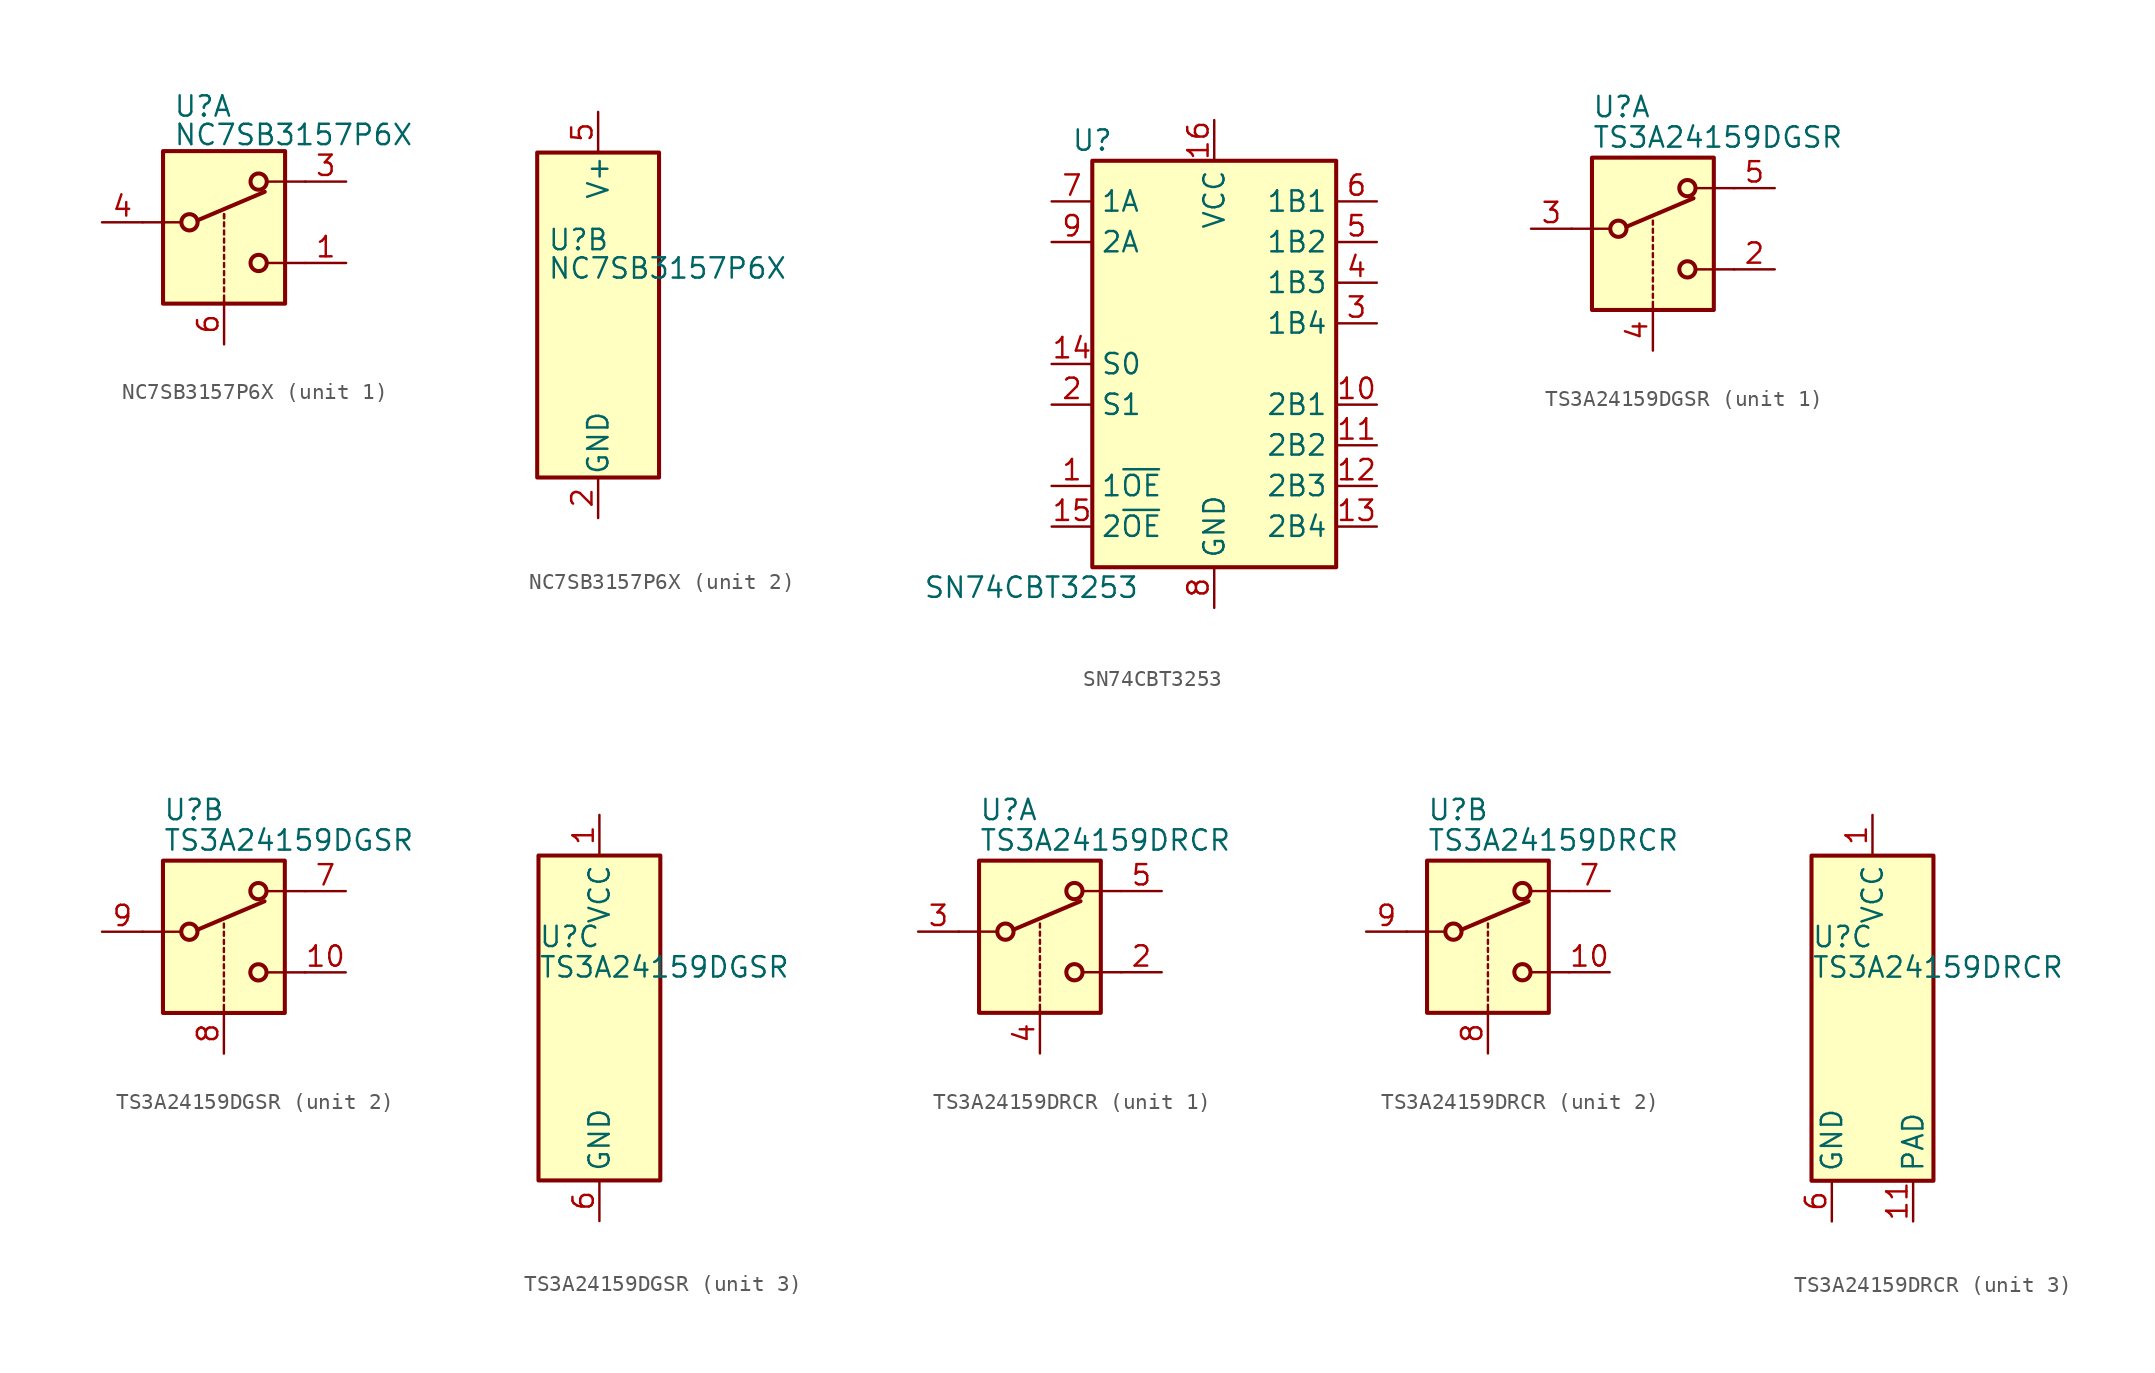
<source format=kicad_sym>
(kicad_symbol_lib
  (version 20220914)
  (generator kicad_symbol_editor)
  (symbol "NC7SB3157P6X"
    (pin_names
      (offset 0.127))
    (property "Reference" "U"
      (at -3.175 4.699 0)
      (effects (font (size 1.27 1.27)) (justify left)))
    (property "Value" "NC7SB3157P6X"
      (at -3.175 2.921 0)
      (effects (font (size 1.27 1.27)) (justify left)))
    (symbol "NC7SB3157P6X_1_1"
      (rectangle (start -3.81 1.905) (end 3.81 -7.62) (stroke (width 0.254) (type default)) (fill (type background)))
      (circle (center -2.159 -2.54) (radius 0.508) (stroke (width 0.254) (type default)) (fill (type none)))
      (polyline (pts (xy -5.08 -2.54) (xy -2.794 -2.54)) (stroke (width 0) (type default)) (fill (type none)))
      (polyline (pts (xy -1.651 -2.413) (xy 2.54 -0.635)) (stroke (width 0.254) (type default)) (fill (type none)))
      (polyline (pts (xy 0 -7.62) (xy 0 -7.112)) (stroke (width 0) (type default)) (fill (type none)))
      (polyline (pts (xy 0 -6.858) (xy 0 -6.604)) (stroke (width 0) (type default)) (fill (type none)))
      (polyline (pts (xy 0 -6.35) (xy 0 -6.096)) (stroke (width 0) (type default)) (fill (type none)))
      (polyline (pts (xy 0 -5.842) (xy 0 -5.588)) (stroke (width 0) (type default)) (fill (type none)))
      (polyline (pts (xy 0 -5.334) (xy 0 -5.08)) (stroke (width 0) (type default)) (fill (type none)))
      (polyline (pts (xy 0 -4.826) (xy 0 -4.572)) (stroke (width 0) (type default)) (fill (type none)))
      (polyline (pts (xy 0 -4.318) (xy 0 -4.064)) (stroke (width 0) (type default)) (fill (type none)))
      (polyline (pts (xy 0 -3.81) (xy 0 -3.556)) (stroke (width 0) (type default)) (fill (type none)))
      (polyline (pts (xy 0 -3.302) (xy 0 -3.048)) (stroke (width 0) (type default)) (fill (type none)))
      (polyline (pts (xy 0 -2.794) (xy 0 -2.54)) (stroke (width 0) (type default)) (fill (type none)))
      (polyline (pts (xy 0 -2.286) (xy 0 -2.032)) (stroke (width 0) (type default)) (fill (type none)))
      (polyline (pts (xy 0 -2.286) (xy 0 -2.032)) (stroke (width 0) (type default)) (fill (type none)))
      (polyline (pts (xy 5.08 -5.08) (xy 2.794 -5.08)) (stroke (width 0) (type default)) (fill (type none)))
      (polyline (pts (xy 5.08 0) (xy 2.794 0)) (stroke (width 0) (type default)) (fill (type none)))
      (circle (center 2.159 -5.08) (radius 0.508) (stroke (width 0.254) (type default)) (fill (type none)))
      (circle (center 2.159 0) (radius 0.508) (stroke (width 0.254) (type default)) (fill (type none)))
      (pin passive line (at 7.62 -5.08 180) (length 2.54) (name "~" (effects (font (size 1.27 1.27)))) (number "1" (effects (font (size 1.27 1.27)))))
      (pin passive line (at 7.62 0 180) (length 2.54) (name "~" (effects (font (size 1.27 1.27)))) (number "3" (effects (font (size 1.27 1.27)))))
      (pin passive line (at -7.62 -2.54 0) (length 2.54) (name "~" (effects (font (size 1.27 1.27)))) (number "4" (effects (font (size 1.27 1.27)))))
      (pin input line (at 0 -10.16 90) (length 2.54) (name "~" (effects (font (size 1.27 1.27)))) (number "6" (effects (font (size 1.27 1.27))))))
    (symbol "NC7SB3157P6X_2_0"
      (pin power_in line (at 0 -12.7 90) (length 2.54) (name "GND" (effects (font (size 1.27 1.27)))) (number "2" (effects (font (size 1.27 1.27)))))
      (pin power_in line (at 0 12.7 270) (length 2.54) (name "V+" (effects (font (size 1.27 1.27)))) (number "5" (effects (font (size 1.27 1.27))))))
    (symbol "NC7SB3157P6X_2_1"
      (rectangle (start -3.81 10.16) (end 3.81 -10.16) (stroke (width 0.254) (type default)) (fill (type background)))))
  (symbol "SN74CBT3253"
    (property "Reference" "U"
      (at -7.62 13.97 0)
      (effects (font (size 1.27 1.27))))
    (property "Value" "SN74CBT3253"
      (at -11.43 -13.97 0)
      (effects (font (size 1.27 1.27))))
    (symbol "SN74CBT3253_0_1"
      (rectangle (start -7.62 12.7) (end 7.62 -12.7) (stroke (width 0.254) (type default)) (fill (type background)))
      (rectangle (start 7.62 -12.7) (end 7.62 -12.7) (stroke (width 0) (type default)) (fill (type none))))
    (symbol "SN74CBT3253_1_1"
      (pin input line (at -10.16 -7.62 0) (length 2.54) (name "1~{OE}" (effects (font (size 1.27 1.27)))) (number "1" (effects (font (size 1.27 1.27)))))
      (pin bidirectional line (at 10.16 -2.54 180) (length 2.54) (name "2B1" (effects (font (size 1.27 1.27)))) (number "10" (effects (font (size 1.27 1.27)))))
      (pin bidirectional line (at 10.16 -5.08 180) (length 2.54) (name "2B2" (effects (font (size 1.27 1.27)))) (number "11" (effects (font (size 1.27 1.27)))))
      (pin bidirectional line (at 10.16 -7.62 180) (length 2.54) (name "2B3" (effects (font (size 1.27 1.27)))) (number "12" (effects (font (size 1.27 1.27)))))
      (pin bidirectional line (at 10.16 -10.16 180) (length 2.54) (name "2B4" (effects (font (size 1.27 1.27)))) (number "13" (effects (font (size 1.27 1.27)))))
      (pin input line (at -10.16 0 0) (length 2.54) (name "S0" (effects (font (size 1.27 1.27)))) (number "14" (effects (font (size 1.27 1.27)))))
      (pin input line (at -10.16 -10.16 0) (length 2.54) (name "2~{OE}" (effects (font (size 1.27 1.27)))) (number "15" (effects (font (size 1.27 1.27)))))
      (pin power_in line (at 0 15.24 270) (length 2.54) (name "VCC" (effects (font (size 1.27 1.27)))) (number "16" (effects (font (size 1.27 1.27)))))
      (pin input line (at -10.16 -2.54 0) (length 2.54) (name "S1" (effects (font (size 1.27 1.27)))) (number "2" (effects (font (size 1.27 1.27)))))
      (pin bidirectional line (at 10.16 2.54 180) (length 2.54) (name "1B4" (effects (font (size 1.27 1.27)))) (number "3" (effects (font (size 1.27 1.27)))))
      (pin bidirectional line (at 10.16 5.08 180) (length 2.54) (name "1B3" (effects (font (size 1.27 1.27)))) (number "4" (effects (font (size 1.27 1.27)))))
      (pin bidirectional line (at 10.16 7.62 180) (length 2.54) (name "1B2" (effects (font (size 1.27 1.27)))) (number "5" (effects (font (size 1.27 1.27)))))
      (pin bidirectional line (at 10.16 10.16 180) (length 2.54) (name "1B1" (effects (font (size 1.27 1.27)))) (number "6" (effects (font (size 1.27 1.27)))))
      (pin bidirectional line (at -10.16 10.16 0) (length 2.54) (name "1A" (effects (font (size 1.27 1.27)))) (number "7" (effects (font (size 1.27 1.27)))))
      (pin power_in line (at 0 -15.24 90) (length 2.54) (name "GND" (effects (font (size 1.27 1.27)))) (number "8" (effects (font (size 1.27 1.27)))))
      (pin bidirectional line (at -10.16 7.62 0) (length 2.54) (name "2A" (effects (font (size 1.27 1.27)))) (number "9" (effects (font (size 1.27 1.27)))))))
  (symbol "TS3A24159DGSR"
    (property "Reference" "U"
      (at -3.81 5.08 0)
      (effects (font (size 1.27 1.27)) (justify left)))
    (property "Value" "TS3A24159DGSR"
      (at -3.81 3.175 0)
      (effects (font (size 1.27 1.27)) (justify left)))
    (property "ki_locked" ""
      (at 0 0 0)
      (effects (font (size 1.27 1.27))))
    (symbol "TS3A24159DGSR_1_1"
      (rectangle (start -3.81 1.905) (end 3.81 -7.62) (stroke (width 0.254) (type default)) (fill (type background)))
      (circle (center -2.159 -2.54) (radius 0.508) (stroke (width 0.254) (type default)) (fill (type none)))
      (polyline (pts (xy -5.08 -2.54) (xy -2.794 -2.54)) (stroke (width 0) (type default)) (fill (type none)))
      (polyline (pts (xy -1.651 -2.413) (xy 2.54 -0.635)) (stroke (width 0.254) (type default)) (fill (type none)))
      (polyline (pts (xy 0 -7.62) (xy 0 -7.112)) (stroke (width 0) (type default)) (fill (type none)))
      (polyline (pts (xy 0 -6.858) (xy 0 -6.604)) (stroke (width 0) (type default)) (fill (type none)))
      (polyline (pts (xy 0 -6.35) (xy 0 -6.096)) (stroke (width 0) (type default)) (fill (type none)))
      (polyline (pts (xy 0 -5.842) (xy 0 -5.588)) (stroke (width 0) (type default)) (fill (type none)))
      (polyline (pts (xy 0 -5.334) (xy 0 -5.08)) (stroke (width 0) (type default)) (fill (type none)))
      (polyline (pts (xy 0 -4.826) (xy 0 -4.572)) (stroke (width 0) (type default)) (fill (type none)))
      (polyline (pts (xy 0 -4.318) (xy 0 -4.064)) (stroke (width 0) (type default)) (fill (type none)))
      (polyline (pts (xy 0 -3.81) (xy 0 -3.556)) (stroke (width 0) (type default)) (fill (type none)))
      (polyline (pts (xy 0 -3.302) (xy 0 -3.048)) (stroke (width 0) (type default)) (fill (type none)))
      (polyline (pts (xy 0 -2.794) (xy 0 -2.54)) (stroke (width 0) (type default)) (fill (type none)))
      (polyline (pts (xy 0 -2.286) (xy 0 -2.032)) (stroke (width 0) (type default)) (fill (type none)))
      (polyline (pts (xy 5.08 -5.08) (xy 2.794 -5.08)) (stroke (width 0) (type default)) (fill (type none)))
      (polyline (pts (xy 5.08 0) (xy 2.794 0)) (stroke (width 0) (type default)) (fill (type none)))
      (circle (center 2.159 -5.08) (radius 0.508) (stroke (width 0.254) (type default)) (fill (type none)))
      (circle (center 2.159 0) (radius 0.508) (stroke (width 0.254) (type default)) (fill (type none)))
      (pin passive line (at 7.62 -5.08 180) (length 2.54) (name "~" (effects (font (size 1.27 1.27)))) (number "2" (effects (font (size 1.27 1.27)))))
      (pin passive line (at -7.62 -2.54 0) (length 2.54) (name "~" (effects (font (size 1.27 1.27)))) (number "3" (effects (font (size 1.27 1.27)))))
      (pin input line (at 0 -10.16 90) (length 2.54) (name "~" (effects (font (size 1.27 1.27)))) (number "4" (effects (font (size 1.27 1.27)))))
      (pin passive line (at 7.62 0 180) (length 2.54) (name "~" (effects (font (size 1.27 1.27)))) (number "5" (effects (font (size 1.27 1.27))))))
    (symbol "TS3A24159DGSR_2_1"
      (rectangle (start -3.81 1.905) (end 3.81 -7.62) (stroke (width 0.254) (type default)) (fill (type background)))
      (circle (center -2.159 -2.54) (radius 0.508) (stroke (width 0.254) (type default)) (fill (type none)))
      (polyline (pts (xy -5.08 -2.54) (xy -2.794 -2.54)) (stroke (width 0) (type default)) (fill (type none)))
      (polyline (pts (xy -1.651 -2.413) (xy 2.54 -0.635)) (stroke (width 0.254) (type default)) (fill (type none)))
      (polyline (pts (xy 0 -7.62) (xy 0 -7.112)) (stroke (width 0) (type default)) (fill (type none)))
      (polyline (pts (xy 0 -6.858) (xy 0 -6.604)) (stroke (width 0) (type default)) (fill (type none)))
      (polyline (pts (xy 0 -6.35) (xy 0 -6.096)) (stroke (width 0) (type default)) (fill (type none)))
      (polyline (pts (xy 0 -5.842) (xy 0 -5.588)) (stroke (width 0) (type default)) (fill (type none)))
      (polyline (pts (xy 0 -5.334) (xy 0 -5.08)) (stroke (width 0) (type default)) (fill (type none)))
      (polyline (pts (xy 0 -4.826) (xy 0 -4.572)) (stroke (width 0) (type default)) (fill (type none)))
      (polyline (pts (xy 0 -4.318) (xy 0 -4.064)) (stroke (width 0) (type default)) (fill (type none)))
      (polyline (pts (xy 0 -3.81) (xy 0 -3.556)) (stroke (width 0) (type default)) (fill (type none)))
      (polyline (pts (xy 0 -3.302) (xy 0 -3.048)) (stroke (width 0) (type default)) (fill (type none)))
      (polyline (pts (xy 0 -2.794) (xy 0 -2.54)) (stroke (width 0) (type default)) (fill (type none)))
      (polyline (pts (xy 0 -2.286) (xy 0 -2.032)) (stroke (width 0) (type default)) (fill (type none)))
      (polyline (pts (xy 5.08 -5.08) (xy 2.794 -5.08)) (stroke (width 0) (type default)) (fill (type none)))
      (polyline (pts (xy 5.08 0) (xy 2.794 0)) (stroke (width 0) (type default)) (fill (type none)))
      (circle (center 2.159 -5.08) (radius 0.508) (stroke (width 0.254) (type default)) (fill (type none)))
      (circle (center 2.159 0) (radius 0.508) (stroke (width 0.254) (type default)) (fill (type none)))
      (pin passive line (at 7.62 -5.08 180) (length 2.54) (name "~" (effects (font (size 1.27 1.27)))) (number "10" (effects (font (size 1.27 1.27)))))
      (pin passive line (at 7.62 0 180) (length 2.54) (name "~" (effects (font (size 1.27 1.27)))) (number "7" (effects (font (size 1.27 1.27)))))
      (pin input line (at 0 -10.16 90) (length 2.54) (name "~" (effects (font (size 1.27 1.27)))) (number "8" (effects (font (size 1.27 1.27)))))
      (pin passive line (at -7.62 -2.54 0) (length 2.54) (name "~" (effects (font (size 1.27 1.27)))) (number "9" (effects (font (size 1.27 1.27))))))
    (symbol "TS3A24159DGSR_3_1"
      (rectangle (start -3.81 10.16) (end 3.81 -10.16) (stroke (width 0.254) (type default)) (fill (type background)))
      (pin power_in line (at 0 12.7 270) (length 2.54) (name "VCC" (effects (font (size 1.27 1.27)))) (number "1" (effects (font (size 1.27 1.27)))))
      (pin power_in line (at 0 -12.7 90) (length 2.54) (name "GND" (effects (font (size 1.27 1.27)))) (number "6" (effects (font (size 1.27 1.27)))))))
  (symbol "TS3A24159DRCR"
    (property "Reference" "U"
      (at -3.81 5.08 0)
      (effects (font (size 1.27 1.27)) (justify left)))
    (property "Value" "TS3A24159DRCR"
      (at -3.81 3.175 0)
      (effects (font (size 1.27 1.27)) (justify left)))
    (property "ki_locked" ""
      (at 0 0 0)
      (effects (font (size 1.27 1.27))))
    (symbol "TS3A24159DRCR_1_1"
      (rectangle (start -3.81 1.905) (end 3.81 -7.62) (stroke (width 0.254) (type default)) (fill (type background)))
      (circle (center -2.159 -2.54) (radius 0.508) (stroke (width 0.254) (type default)) (fill (type none)))
      (polyline (pts (xy -5.08 -2.54) (xy -2.794 -2.54)) (stroke (width 0) (type default)) (fill (type none)))
      (polyline (pts (xy -1.651 -2.413) (xy 2.54 -0.635)) (stroke (width 0.254) (type default)) (fill (type none)))
      (polyline (pts (xy 0 -7.62) (xy 0 -7.112)) (stroke (width 0) (type default)) (fill (type none)))
      (polyline (pts (xy 0 -6.858) (xy 0 -6.604)) (stroke (width 0) (type default)) (fill (type none)))
      (polyline (pts (xy 0 -6.35) (xy 0 -6.096)) (stroke (width 0) (type default)) (fill (type none)))
      (polyline (pts (xy 0 -5.842) (xy 0 -5.588)) (stroke (width 0) (type default)) (fill (type none)))
      (polyline (pts (xy 0 -5.334) (xy 0 -5.08)) (stroke (width 0) (type default)) (fill (type none)))
      (polyline (pts (xy 0 -4.826) (xy 0 -4.572)) (stroke (width 0) (type default)) (fill (type none)))
      (polyline (pts (xy 0 -4.318) (xy 0 -4.064)) (stroke (width 0) (type default)) (fill (type none)))
      (polyline (pts (xy 0 -3.81) (xy 0 -3.556)) (stroke (width 0) (type default)) (fill (type none)))
      (polyline (pts (xy 0 -3.302) (xy 0 -3.048)) (stroke (width 0) (type default)) (fill (type none)))
      (polyline (pts (xy 0 -2.794) (xy 0 -2.54)) (stroke (width 0) (type default)) (fill (type none)))
      (polyline (pts (xy 0 -2.286) (xy 0 -2.032)) (stroke (width 0) (type default)) (fill (type none)))
      (polyline (pts (xy 5.08 -5.08) (xy 2.794 -5.08)) (stroke (width 0) (type default)) (fill (type none)))
      (polyline (pts (xy 5.08 0) (xy 2.794 0)) (stroke (width 0) (type default)) (fill (type none)))
      (circle (center 2.159 -5.08) (radius 0.508) (stroke (width 0.254) (type default)) (fill (type none)))
      (circle (center 2.159 0) (radius 0.508) (stroke (width 0.254) (type default)) (fill (type none)))
      (pin passive line (at 7.62 -5.08 180) (length 2.54) (name "~" (effects (font (size 1.27 1.27)))) (number "2" (effects (font (size 1.27 1.27)))))
      (pin passive line (at -7.62 -2.54 0) (length 2.54) (name "~" (effects (font (size 1.27 1.27)))) (number "3" (effects (font (size 1.27 1.27)))))
      (pin input line (at 0 -10.16 90) (length 2.54) (name "~" (effects (font (size 1.27 1.27)))) (number "4" (effects (font (size 1.27 1.27)))))
      (pin passive line (at 7.62 0 180) (length 2.54) (name "~" (effects (font (size 1.27 1.27)))) (number "5" (effects (font (size 1.27 1.27))))))
    (symbol "TS3A24159DRCR_2_1"
      (rectangle (start -3.81 1.905) (end 3.81 -7.62) (stroke (width 0.254) (type default)) (fill (type background)))
      (circle (center -2.159 -2.54) (radius 0.508) (stroke (width 0.254) (type default)) (fill (type none)))
      (polyline (pts (xy -5.08 -2.54) (xy -2.794 -2.54)) (stroke (width 0) (type default)) (fill (type none)))
      (polyline (pts (xy -1.651 -2.413) (xy 2.54 -0.635)) (stroke (width 0.254) (type default)) (fill (type none)))
      (polyline (pts (xy 0 -7.62) (xy 0 -7.112)) (stroke (width 0) (type default)) (fill (type none)))
      (polyline (pts (xy 0 -6.858) (xy 0 -6.604)) (stroke (width 0) (type default)) (fill (type none)))
      (polyline (pts (xy 0 -6.35) (xy 0 -6.096)) (stroke (width 0) (type default)) (fill (type none)))
      (polyline (pts (xy 0 -5.842) (xy 0 -5.588)) (stroke (width 0) (type default)) (fill (type none)))
      (polyline (pts (xy 0 -5.334) (xy 0 -5.08)) (stroke (width 0) (type default)) (fill (type none)))
      (polyline (pts (xy 0 -4.826) (xy 0 -4.572)) (stroke (width 0) (type default)) (fill (type none)))
      (polyline (pts (xy 0 -4.318) (xy 0 -4.064)) (stroke (width 0) (type default)) (fill (type none)))
      (polyline (pts (xy 0 -3.81) (xy 0 -3.556)) (stroke (width 0) (type default)) (fill (type none)))
      (polyline (pts (xy 0 -3.302) (xy 0 -3.048)) (stroke (width 0) (type default)) (fill (type none)))
      (polyline (pts (xy 0 -2.794) (xy 0 -2.54)) (stroke (width 0) (type default)) (fill (type none)))
      (polyline (pts (xy 0 -2.286) (xy 0 -2.032)) (stroke (width 0) (type default)) (fill (type none)))
      (polyline (pts (xy 5.08 -5.08) (xy 2.794 -5.08)) (stroke (width 0) (type default)) (fill (type none)))
      (polyline (pts (xy 5.08 0) (xy 2.794 0)) (stroke (width 0) (type default)) (fill (type none)))
      (circle (center 2.159 -5.08) (radius 0.508) (stroke (width 0.254) (type default)) (fill (type none)))
      (circle (center 2.159 0) (radius 0.508) (stroke (width 0.254) (type default)) (fill (type none)))
      (pin passive line (at 7.62 -5.08 180) (length 2.54) (name "~" (effects (font (size 1.27 1.27)))) (number "10" (effects (font (size 1.27 1.27)))))
      (pin passive line (at 7.62 0 180) (length 2.54) (name "~" (effects (font (size 1.27 1.27)))) (number "7" (effects (font (size 1.27 1.27)))))
      (pin input line (at 0 -10.16 90) (length 2.54) (name "~" (effects (font (size 1.27 1.27)))) (number "8" (effects (font (size 1.27 1.27)))))
      (pin passive line (at -7.62 -2.54 0) (length 2.54) (name "~" (effects (font (size 1.27 1.27)))) (number "9" (effects (font (size 1.27 1.27))))))
    (symbol "TS3A24159DRCR_3_1"
      (rectangle (start -3.81 10.16) (end 3.81 -10.16) (stroke (width 0.254) (type default)) (fill (type background)))
      (pin power_in line (at 0 12.7 270) (length 2.54) (name "VCC" (effects (font (size 1.27 1.27)))) (number "1" (effects (font (size 1.27 1.27)))))
      (pin passive line (at 2.54 -12.7 90) (length 2.54) (name "PAD" (effects (font (size 1.27 1.27)))) (number "11" (effects (font (size 1.27 1.27)))))
      (pin power_in line (at -2.54 -12.7 90) (length 2.54) (name "GND" (effects (font (size 1.27 1.27)))) (number "6" (effects (font (size 1.27 1.27))))))))
</source>
